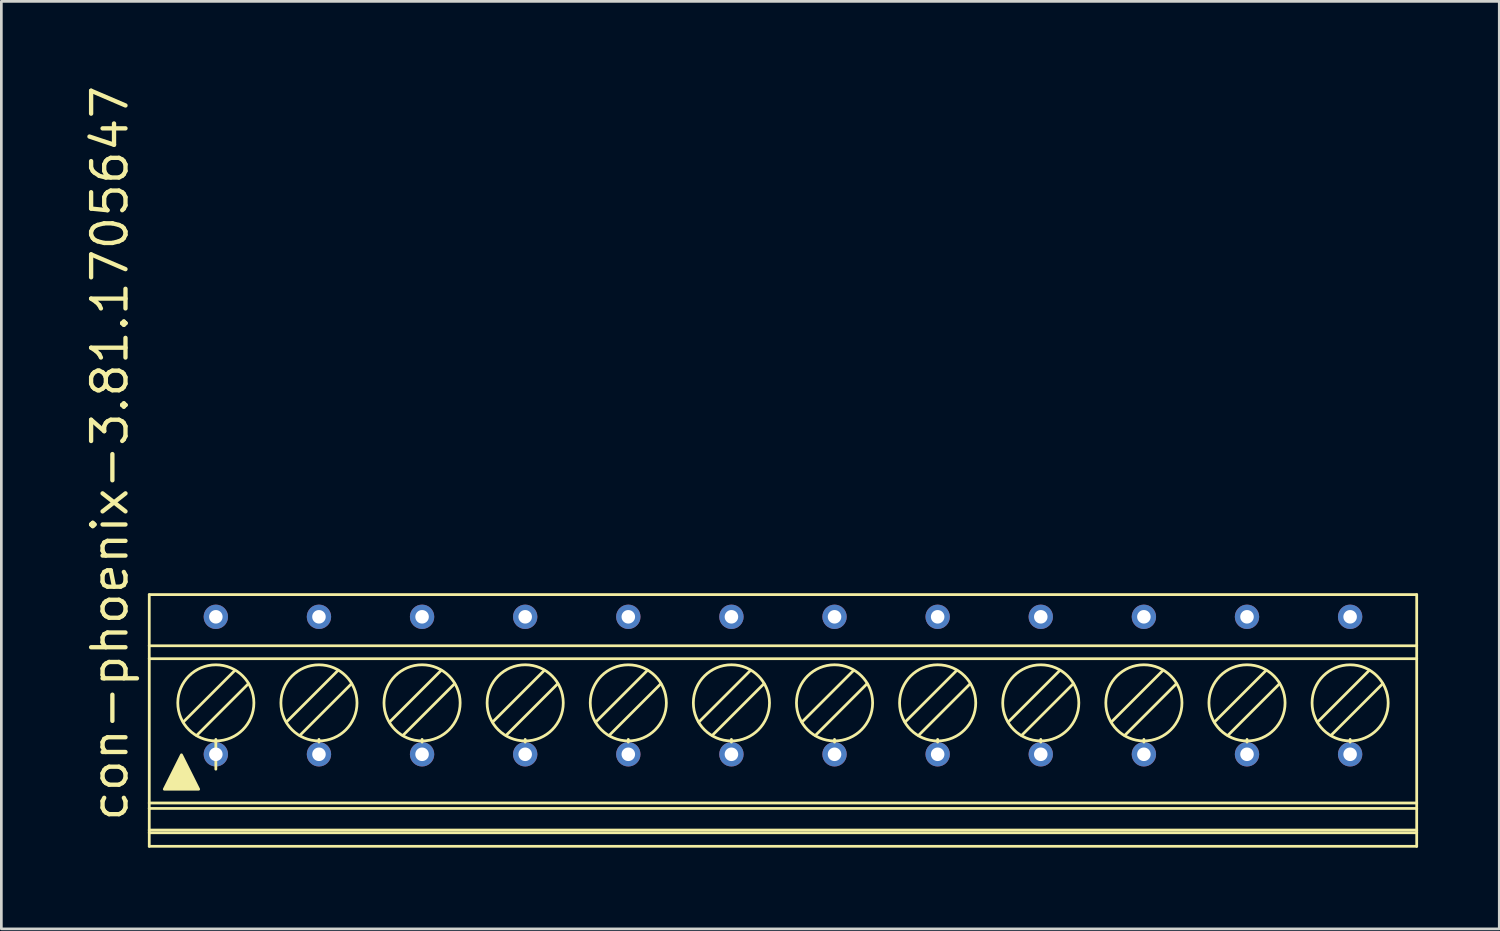
<source format=kicad_pcb>
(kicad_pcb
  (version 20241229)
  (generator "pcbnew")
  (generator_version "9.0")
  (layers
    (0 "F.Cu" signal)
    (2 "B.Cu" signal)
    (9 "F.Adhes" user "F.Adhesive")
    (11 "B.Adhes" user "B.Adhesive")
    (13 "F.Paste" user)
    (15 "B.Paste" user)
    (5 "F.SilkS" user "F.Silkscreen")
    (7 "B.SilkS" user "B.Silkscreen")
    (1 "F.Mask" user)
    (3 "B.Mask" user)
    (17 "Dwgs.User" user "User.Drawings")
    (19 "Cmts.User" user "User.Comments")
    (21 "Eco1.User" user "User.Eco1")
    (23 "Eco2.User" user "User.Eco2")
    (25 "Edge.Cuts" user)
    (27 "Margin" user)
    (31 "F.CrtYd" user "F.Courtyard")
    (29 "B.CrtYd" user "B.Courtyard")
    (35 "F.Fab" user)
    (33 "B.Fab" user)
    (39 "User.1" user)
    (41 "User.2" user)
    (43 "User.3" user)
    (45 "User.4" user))
  (footprint "con-phoenix-3.81.1705647"
    (layer "F.Cu")
    (at 25.88 23.57)
    (property "Reference" "con-phoenix-3.81.1705647" (at -24.13 3.81 90) (layer "F.SilkS") (effects (font (size 1.27 1.27) (thickness 0.16)) (justify left bottom)))
    (attr through_hole)
    (fp_line (start -23.415 -2.76) (end -23.415 -4.65) (stroke (width 0.102) (type default)) (layer "F.SilkS"))
    (fp_line (start -23.415 -2.282) (end -23.415 -2.76) (stroke (width 0.102) (type default)) (layer "F.SilkS"))
    (fp_line (start -23.415 3.05) (end -23.415 -2.282) (stroke (width 0.102) (type default)) (layer "F.SilkS"))
    (fp_line (start -23.415 3.25) (end -23.415 3.05) (stroke (width 0.102) (type default)) (layer "F.SilkS"))
    (fp_line (start -23.415 4.05) (end -23.415 3.25) (stroke (width 0.102) (type default)) (layer "F.SilkS"))
    (fp_line (start -23.415 4.15) (end -23.415 4.05) (stroke (width 0.102) (type default)) (layer "F.SilkS"))
    (fp_line (start -23.415 4.15) (end 23.415 4.15) (stroke (width 0.102) (type default)) (layer "F.SilkS"))
    (fp_line (start -23.415 4.65) (end -23.415 4.15) (stroke (width 0.102) (type default)) (layer "F.SilkS"))
    (fp_line (start -21.666 0.556) (end -19.749 -1.361) (stroke (width 0.102) (type default)) (layer "F.SilkS"))
    (fp_line (start -20.955 0.75) (end -20.955 0.7) (stroke (width 0.102) (type default)) (layer "F.SilkS"))
    (fp_line (start -20.955 0.8) (end -20.955 0.75) (stroke (width 0.102) (type default)) (layer "F.SilkS"))
    (fp_line (start -20.955 0.8) (end -20.955 1.8) (stroke (width 0.102) (type default)) (layer "F.SilkS"))
    (fp_line (start -20.244 -1.856) (end -22.161 0.061) (stroke (width 0.102) (type default)) (layer "F.SilkS"))
    (fp_line (start -17.856 0.556) (end -15.939 -1.361) (stroke (width 0.102) (type default)) (layer "F.SilkS"))
    (fp_line (start -17.145 0.75) (end -17.145 0.7) (stroke (width 0.102) (type default)) (layer "F.SilkS"))
    (fp_line (start -17.145 0.8) (end -17.145 0.75) (stroke (width 0.102) (type default)) (layer "F.SilkS"))
    (fp_line (start -16.434 -1.856) (end -18.351 0.061) (stroke (width 0.102) (type default)) (layer "F.SilkS"))
    (fp_line (start -14.046 0.556) (end -12.129 -1.361) (stroke (width 0.102) (type default)) (layer "F.SilkS"))
    (fp_line (start -13.335 0.75) (end -13.335 0.7) (stroke (width 0.102) (type default)) (layer "F.SilkS"))
    (fp_line (start -13.335 0.8) (end -13.335 0.75) (stroke (width 0.102) (type default)) (layer "F.SilkS"))
    (fp_line (start -12.624 -1.856) (end -14.541 0.061) (stroke (width 0.102) (type default)) (layer "F.SilkS"))
    (fp_line (start -10.236 0.556) (end -8.319 -1.361) (stroke (width 0.102) (type default)) (layer "F.SilkS"))
    (fp_line (start -9.525 0.75) (end -9.525 0.7) (stroke (width 0.102) (type default)) (layer "F.SilkS"))
    (fp_line (start -9.525 0.8) (end -9.525 0.75) (stroke (width 0.102) (type default)) (layer "F.SilkS"))
    (fp_line (start -8.814 -1.856) (end -10.731 0.061) (stroke (width 0.102) (type default)) (layer "F.SilkS"))
    (fp_line (start -6.426 0.556) (end -4.509 -1.361) (stroke (width 0.102) (type default)) (layer "F.SilkS"))
    (fp_line (start -5.715 0.75) (end -5.715 0.7) (stroke (width 0.102) (type default)) (layer "F.SilkS"))
    (fp_line (start -5.715 0.8) (end -5.715 0.75) (stroke (width 0.102) (type default)) (layer "F.SilkS"))
    (fp_line (start -5.004 -1.856) (end -6.921 0.061) (stroke (width 0.102) (type default)) (layer "F.SilkS"))
    (fp_line (start -2.616 0.556) (end -0.699 -1.361) (stroke (width 0.102) (type default)) (layer "F.SilkS"))
    (fp_line (start -1.905 0.75) (end -1.905 0.7) (stroke (width 0.102) (type default)) (layer "F.SilkS"))
    (fp_line (start -1.905 0.8) (end -1.905 0.75) (stroke (width 0.102) (type default)) (layer "F.SilkS"))
    (fp_line (start -1.194 -1.856) (end -3.111 0.061) (stroke (width 0.102) (type default)) (layer "F.SilkS"))
    (fp_line (start 1.194 0.556) (end 3.111 -1.361) (stroke (width 0.102) (type default)) (layer "F.SilkS"))
    (fp_line (start 1.905 0.75) (end 1.905 0.7) (stroke (width 0.102) (type default)) (layer "F.SilkS"))
    (fp_line (start 1.905 0.8) (end 1.905 0.75) (stroke (width 0.102) (type default)) (layer "F.SilkS"))
    (fp_line (start 2.616 -1.856) (end 0.699 0.061) (stroke (width 0.102) (type default)) (layer "F.SilkS"))
    (fp_line (start 5.004 0.556) (end 6.921 -1.361) (stroke (width 0.102) (type default)) (layer "F.SilkS"))
    (fp_line (start 5.715 0.75) (end 5.715 0.7) (stroke (width 0.102) (type default)) (layer "F.SilkS"))
    (fp_line (start 5.715 0.8) (end 5.715 0.75) (stroke (width 0.102) (type default)) (layer "F.SilkS"))
    (fp_line (start 6.426 -1.856) (end 4.509 0.061) (stroke (width 0.102) (type default)) (layer "F.SilkS"))
    (fp_line (start 8.814 0.556) (end 10.731 -1.361) (stroke (width 0.102) (type default)) (layer "F.SilkS"))
    (fp_line (start 9.525 0.75) (end 9.525 0.7) (stroke (width 0.102) (type default)) (layer "F.SilkS"))
    (fp_line (start 9.525 0.8) (end 9.525 0.75) (stroke (width 0.102) (type default)) (layer "F.SilkS"))
    (fp_line (start 10.236 -1.856) (end 8.319 0.061) (stroke (width 0.102) (type default)) (layer "F.SilkS"))
    (fp_line (start 12.624 0.556) (end 14.541 -1.361) (stroke (width 0.102) (type default)) (layer "F.SilkS"))
    (fp_line (start 13.335 0.75) (end 13.335 0.7) (stroke (width 0.102) (type default)) (layer "F.SilkS"))
    (fp_line (start 13.335 0.8) (end 13.335 0.75) (stroke (width 0.102) (type default)) (layer "F.SilkS"))
    (fp_line (start 14.046 -1.856) (end 12.129 0.061) (stroke (width 0.102) (type default)) (layer "F.SilkS"))
    (fp_line (start 16.434 0.556) (end 18.351 -1.361) (stroke (width 0.102) (type default)) (layer "F.SilkS"))
    (fp_line (start 17.145 0.75) (end 17.145 0.7) (stroke (width 0.102) (type default)) (layer "F.SilkS"))
    (fp_line (start 17.145 0.8) (end 17.145 0.75) (stroke (width 0.102) (type default)) (layer "F.SilkS"))
    (fp_line (start 17.856 -1.856) (end 15.939 0.061) (stroke (width 0.102) (type default)) (layer "F.SilkS"))
    (fp_line (start 20.244 0.556) (end 22.161 -1.361) (stroke (width 0.102) (type default)) (layer "F.SilkS"))
    (fp_line (start 20.955 0.75) (end 20.955 0.7) (stroke (width 0.102) (type default)) (layer "F.SilkS"))
    (fp_line (start 20.955 0.8) (end 20.955 0.75) (stroke (width 0.102) (type default)) (layer "F.SilkS"))
    (fp_line (start 21.666 -1.856) (end 19.749 0.061) (stroke (width 0.102) (type default)) (layer "F.SilkS"))
    (fp_line (start 23.415 -4.65) (end -23.415 -4.65) (stroke (width 0.102) (type default)) (layer "F.SilkS"))
    (fp_line (start 23.415 -2.76) (end -23.415 -2.76) (stroke (width 0.102) (type default)) (layer "F.SilkS"))
    (fp_line (start 23.415 -2.76) (end 23.415 -4.65) (stroke (width 0.102) (type default)) (layer "F.SilkS"))
    (fp_line (start 23.415 -2.76) (end 23.415 -2.282) (stroke (width 0.102) (type default)) (layer "F.SilkS"))
    (fp_line (start 23.415 -2.282) (end -23.415 -2.282) (stroke (width 0.102) (type default)) (layer "F.SilkS"))
    (fp_line (start 23.415 -2.282) (end 23.415 3.05) (stroke (width 0.102) (type default)) (layer "F.SilkS"))
    (fp_line (start 23.415 3.05) (end -23.415 3.05) (stroke (width 0.102) (type default)) (layer "F.SilkS"))
    (fp_line (start 23.415 3.25) (end -23.415 3.25) (stroke (width 0.102) (type default)) (layer "F.SilkS"))
    (fp_line (start 23.415 3.25) (end 23.415 3.05) (stroke (width 0.102) (type default)) (layer "F.SilkS"))
    (fp_line (start 23.415 4.05) (end -23.415 4.05) (stroke (width 0.102) (type default)) (layer "F.SilkS"))
    (fp_line (start 23.415 4.05) (end 23.415 3.25) (stroke (width 0.102) (type default)) (layer "F.SilkS"))
    (fp_line (start 23.415 4.15) (end 23.415 4.05) (stroke (width 0.102) (type default)) (layer "F.SilkS"))
    (fp_line (start 23.415 4.65) (end -23.415 4.65) (stroke (width 0.102) (type default)) (layer "F.SilkS"))
    (fp_line (start 23.415 4.65) (end 23.415 4.15) (stroke (width 0.102) (type default)) (layer "F.SilkS"))
    (fp_circle (center -20.955 -0.65) (end -19.549 -0.65) (stroke (width 0.102) (type default)) (fill no) (layer "F.SilkS"))
    (fp_circle (center -17.145 -0.65) (end -15.739 -0.65) (stroke (width 0.102) (type default)) (fill no) (layer "F.SilkS"))
    (fp_circle (center -13.335 -0.65) (end -11.928 -0.65) (stroke (width 0.102) (type default)) (fill no) (layer "F.SilkS"))
    (fp_circle (center -9.525 -0.65) (end -8.118 -0.65) (stroke (width 0.102) (type default)) (fill no) (layer "F.SilkS"))
    (fp_circle (center -5.715 -0.65) (end -4.309 -0.65) (stroke (width 0.102) (type default)) (fill no) (layer "F.SilkS"))
    (fp_circle (center -1.905 -0.65) (end -0.498 -0.65) (stroke (width 0.102) (type default)) (fill no) (layer "F.SilkS"))
    (fp_circle (center 1.905 -0.65) (end 3.312 -0.65) (stroke (width 0.102) (type default)) (fill no) (layer "F.SilkS"))
    (fp_circle (center 5.715 -0.65) (end 7.122 -0.65) (stroke (width 0.102) (type default)) (fill no) (layer "F.SilkS"))
    (fp_circle (center 9.525 -0.65) (end 10.931 -0.65) (stroke (width 0.102) (type default)) (fill no) (layer "F.SilkS"))
    (fp_circle (center 13.335 -0.65) (end 14.742 -0.65) (stroke (width 0.102) (type default)) (fill no) (layer "F.SilkS"))
    (fp_circle (center 17.145 -0.65) (end 18.552 -0.65) (stroke (width 0.102) (type default)) (fill no) (layer "F.SilkS"))
    (fp_circle (center 20.955 -0.65) (end 22.361 -0.65) (stroke (width 0.102) (type default)) (fill no) (layer "F.SilkS"))
    (fp_poly (pts (xy -22.225 1.27) (xy -21.59 2.54) (xy -22.86 2.54)) (stroke (width 0.102) (type default)) (fill yes) (layer "F.SilkS"))
    (pad "1.1" thru_hole circle (at -20.955 1.25 90) (size 0.9 0.9) (drill 0.5) (layers "*.Cu" "*.Mask"))
    (pad "1.2" thru_hole circle (at -20.955 -3.83 90) (size 0.9 0.9) (drill 0.5) (layers "*.Cu" "*.Mask"))
    (pad "2.1" thru_hole circle (at -17.145 1.25 90) (size 0.9 0.9) (drill 0.5) (layers "*.Cu" "*.Mask"))
    (pad "2.2" thru_hole circle (at -17.145 -3.83 90) (size 0.9 0.9) (drill 0.5) (layers "*.Cu" "*.Mask"))
    (pad "3.1" thru_hole circle (at -13.335 1.25 90) (size 0.9 0.9) (drill 0.5) (layers "*.Cu" "*.Mask"))
    (pad "3.2" thru_hole circle (at -13.335 -3.83 90) (size 0.9 0.9) (drill 0.5) (layers "*.Cu" "*.Mask"))
    (pad "4.1" thru_hole circle (at -9.525 1.25 90) (size 0.9 0.9) (drill 0.5) (layers "*.Cu" "*.Mask"))
    (pad "4.2" thru_hole circle (at -9.525 -3.83 90) (size 0.9 0.9) (drill 0.5) (layers "*.Cu" "*.Mask"))
    (pad "5.1" thru_hole circle (at -5.715 1.25 90) (size 0.9 0.9) (drill 0.5) (layers "*.Cu" "*.Mask"))
    (pad "5.2" thru_hole circle (at -5.715 -3.83 90) (size 0.9 0.9) (drill 0.5) (layers "*.Cu" "*.Mask"))
    (pad "6.1" thru_hole circle (at -1.905 1.25 90) (size 0.9 0.9) (drill 0.5) (layers "*.Cu" "*.Mask"))
    (pad "6.2" thru_hole circle (at -1.905 -3.83 90) (size 0.9 0.9) (drill 0.5) (layers "*.Cu" "*.Mask"))
    (pad "7.1" thru_hole circle (at 1.905 1.25 90) (size 0.9 0.9) (drill 0.5) (layers "*.Cu" "*.Mask"))
    (pad "7.2" thru_hole circle (at 1.905 -3.83 90) (size 0.9 0.9) (drill 0.5) (layers "*.Cu" "*.Mask"))
    (pad "8.1" thru_hole circle (at 5.715 1.25 90) (size 0.9 0.9) (drill 0.5) (layers "*.Cu" "*.Mask"))
    (pad "8.2" thru_hole circle (at 5.715 -3.83 90) (size 0.9 0.9) (drill 0.5) (layers "*.Cu" "*.Mask"))
    (pad "9.1" thru_hole circle (at 9.525 1.25 90) (size 0.9 0.9) (drill 0.5) (layers "*.Cu" "*.Mask"))
    (pad "9.2" thru_hole circle (at 9.525 -3.83 90) (size 0.9 0.9) (drill 0.5) (layers "*.Cu" "*.Mask"))
    (pad "10.1" thru_hole circle (at 13.335 1.25 90) (size 0.9 0.9) (drill 0.5) (layers "*.Cu" "*.Mask"))
    (pad "10.2" thru_hole circle (at 13.335 -3.83 90) (size 0.9 0.9) (drill 0.5) (layers "*.Cu" "*.Mask"))
    (pad "11.1" thru_hole circle (at 17.145 1.25 90) (size 0.9 0.9) (drill 0.5) (layers "*.Cu" "*.Mask"))
    (pad "11.2" thru_hole circle (at 17.145 -3.83 90) (size 0.9 0.9) (drill 0.5) (layers "*.Cu" "*.Mask"))
    (pad "12.1" thru_hole circle (at 20.955 1.25 90) (size 0.9 0.9) (drill 0.5) (layers "*.Cu" "*.Mask"))
    (pad "12.2" thru_hole circle (at 20.955 -3.83 90) (size 0.9 0.9) (drill 0.5) (layers "*.Cu" "*.Mask")))
  (gr_rect
    (start -3 -3)
    (end 52.346 31.271)
    (stroke (width 0.1) (type default))
    (fill no)
    (layer "Edge.Cuts")))
</source>
